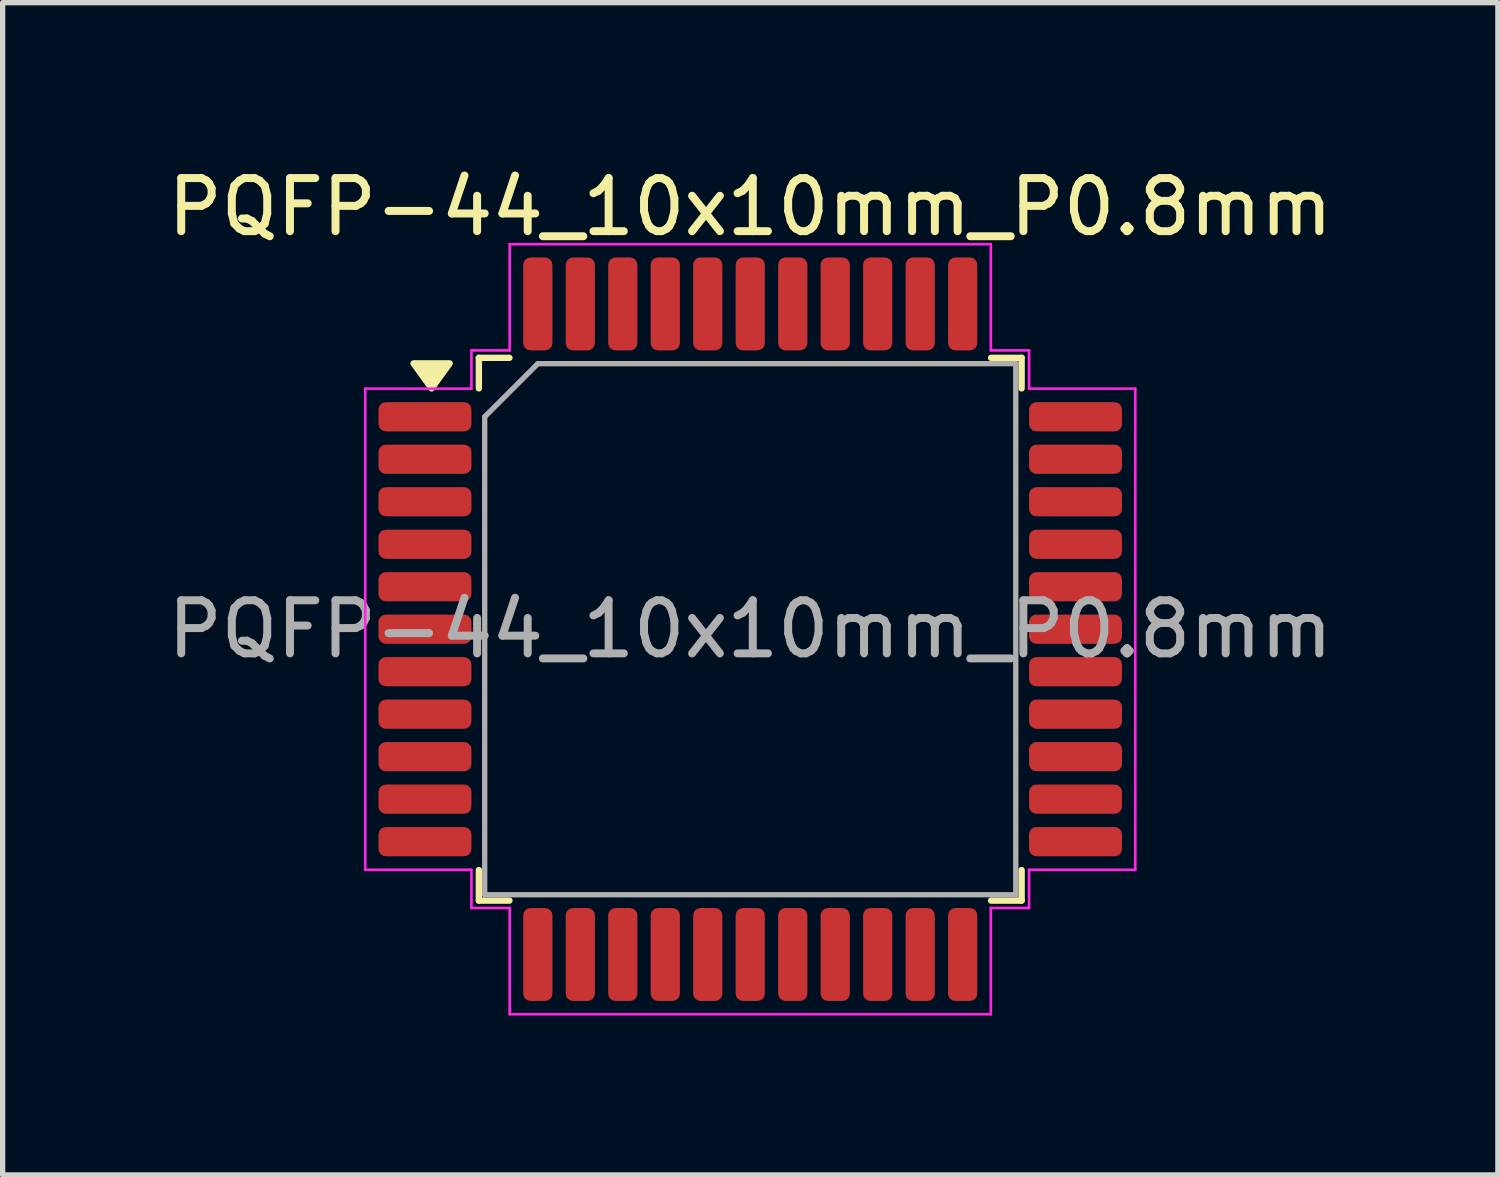
<source format=kicad_pcb>
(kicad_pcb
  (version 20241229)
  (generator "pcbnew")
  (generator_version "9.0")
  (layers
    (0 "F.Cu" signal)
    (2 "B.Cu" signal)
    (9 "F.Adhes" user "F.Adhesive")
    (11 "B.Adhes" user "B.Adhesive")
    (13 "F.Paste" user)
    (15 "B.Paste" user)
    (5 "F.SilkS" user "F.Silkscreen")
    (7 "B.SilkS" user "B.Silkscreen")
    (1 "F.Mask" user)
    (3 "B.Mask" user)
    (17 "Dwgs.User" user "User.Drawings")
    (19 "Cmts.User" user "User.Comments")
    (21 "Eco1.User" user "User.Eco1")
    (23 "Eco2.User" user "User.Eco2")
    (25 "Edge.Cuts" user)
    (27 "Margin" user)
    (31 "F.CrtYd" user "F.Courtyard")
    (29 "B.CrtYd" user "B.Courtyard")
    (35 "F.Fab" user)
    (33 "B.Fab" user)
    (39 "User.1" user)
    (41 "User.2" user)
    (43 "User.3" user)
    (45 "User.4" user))
  (footprint "PQFP-44_10x10mm_P0.8mm"
    (layer "F.Cu")
    (at 11.077 8.798)
    (property "Reference" "PQFP-44_10x10mm_P0.8mm" (at 0 -7.95 0) (layer "F.SilkS") (effects (font (size 1 1) (thickness 0.15))))
    (attr smd)
    (fp_line (start -5.11 -5.11) (end -5.11 -4.535) (stroke (width 0.12) (type solid)) (layer "F.SilkS"))
    (fp_line (start -5.11 5.11) (end -5.11 4.535) (stroke (width 0.12) (type solid)) (layer "F.SilkS"))
    (fp_line (start -4.535 -5.11) (end -5.11 -5.11) (stroke (width 0.12) (type solid)) (layer "F.SilkS"))
    (fp_line (start -4.535 5.11) (end -5.11 5.11) (stroke (width 0.12) (type solid)) (layer "F.SilkS"))
    (fp_line (start 4.535 -5.11) (end 5.11 -5.11) (stroke (width 0.12) (type solid)) (layer "F.SilkS"))
    (fp_line (start 4.535 5.11) (end 5.11 5.11) (stroke (width 0.12) (type solid)) (layer "F.SilkS"))
    (fp_line (start 5.11 -5.11) (end 5.11 -4.535) (stroke (width 0.12) (type solid)) (layer "F.SilkS"))
    (fp_line (start 5.11 5.11) (end 5.11 4.535) (stroke (width 0.12) (type solid)) (layer "F.SilkS"))
    (fp_poly (pts (xy -6 -4.535) (xy -6.34 -5.005) (xy -5.66 -5.005)) (stroke (width 0.12) (type solid)) (fill yes) (layer "F.SilkS"))
    (fp_line (start -7.25 -4.53) (end -5.25 -4.53) (stroke (width 0.05) (type solid)) (layer "F.CrtYd"))
    (fp_line (start -7.25 4.53) (end -7.25 -4.53) (stroke (width 0.05) (type solid)) (layer "F.CrtYd"))
    (fp_line (start -5.25 -5.25) (end -4.53 -5.25) (stroke (width 0.05) (type solid)) (layer "F.CrtYd"))
    (fp_line (start -5.25 -4.53) (end -5.25 -5.25) (stroke (width 0.05) (type solid)) (layer "F.CrtYd"))
    (fp_line (start -5.25 4.53) (end -7.25 4.53) (stroke (width 0.05) (type solid)) (layer "F.CrtYd"))
    (fp_line (start -5.25 5.25) (end -5.25 4.53) (stroke (width 0.05) (type solid)) (layer "F.CrtYd"))
    (fp_line (start -4.53 -7.25) (end 4.53 -7.25) (stroke (width 0.05) (type solid)) (layer "F.CrtYd"))
    (fp_line (start -4.53 -5.25) (end -4.53 -7.25) (stroke (width 0.05) (type solid)) (layer "F.CrtYd"))
    (fp_line (start -4.53 5.25) (end -5.25 5.25) (stroke (width 0.05) (type solid)) (layer "F.CrtYd"))
    (fp_line (start -4.53 7.25) (end -4.53 5.25) (stroke (width 0.05) (type solid)) (layer "F.CrtYd"))
    (fp_line (start 4.53 -7.25) (end 4.53 -5.25) (stroke (width 0.05) (type solid)) (layer "F.CrtYd"))
    (fp_line (start 4.53 -5.25) (end 5.25 -5.25) (stroke (width 0.05) (type solid)) (layer "F.CrtYd"))
    (fp_line (start 4.53 5.25) (end 4.53 7.25) (stroke (width 0.05) (type solid)) (layer "F.CrtYd"))
    (fp_line (start 4.53 7.25) (end -4.53 7.25) (stroke (width 0.05) (type solid)) (layer "F.CrtYd"))
    (fp_line (start 5.25 -5.25) (end 5.25 -4.53) (stroke (width 0.05) (type solid)) (layer "F.CrtYd"))
    (fp_line (start 5.25 -4.53) (end 7.25 -4.53) (stroke (width 0.05) (type solid)) (layer "F.CrtYd"))
    (fp_line (start 5.25 4.53) (end 5.25 5.25) (stroke (width 0.05) (type solid)) (layer "F.CrtYd"))
    (fp_line (start 5.25 5.25) (end 4.53 5.25) (stroke (width 0.05) (type solid)) (layer "F.CrtYd"))
    (fp_line (start 7.25 -4.53) (end 7.25 4.53) (stroke (width 0.05) (type solid)) (layer "F.CrtYd"))
    (fp_line (start 7.25 4.53) (end 5.25 4.53) (stroke (width 0.05) (type solid)) (layer "F.CrtYd"))
    (fp_line (start -5 -4) (end -4 -5) (stroke (width 0.1) (type solid)) (layer "F.Fab"))
    (fp_line (start -5 5) (end -5 -4) (stroke (width 0.1) (type solid)) (layer "F.Fab"))
    (fp_line (start -4 -5) (end 5 -5) (stroke (width 0.1) (type solid)) (layer "F.Fab"))
    (fp_line (start 5 -5) (end 5 5) (stroke (width 0.1) (type solid)) (layer "F.Fab"))
    (fp_line (start 5 5) (end -5 5) (stroke (width 0.1) (type solid)) (layer "F.Fab"))
    (fp_text user "${REFERENCE}" (at 0 0 0) (layer "F.Fab") (effects (font (size 1 1) (thickness 0.15))))
    (pad "1" smd roundrect (at -6.125 -4) (size 1.75 0.55) (layers "F.Cu" "F.Mask" "F.Paste") (roundrect_rratio 0.25))
    (pad "2" smd roundrect (at -6.125 -3.2) (size 1.75 0.55) (layers "F.Cu" "F.Mask" "F.Paste") (roundrect_rratio 0.25))
    (pad "3" smd roundrect (at -6.125 -2.4) (size 1.75 0.55) (layers "F.Cu" "F.Mask" "F.Paste") (roundrect_rratio 0.25))
    (pad "4" smd roundrect (at -6.125 -1.6) (size 1.75 0.55) (layers "F.Cu" "F.Mask" "F.Paste") (roundrect_rratio 0.25))
    (pad "5" smd roundrect (at -6.125 -0.8) (size 1.75 0.55) (layers "F.Cu" "F.Mask" "F.Paste") (roundrect_rratio 0.25))
    (pad "6" smd roundrect (at -6.125 0) (size 1.75 0.55) (layers "F.Cu" "F.Mask" "F.Paste") (roundrect_rratio 0.25))
    (pad "7" smd roundrect (at -6.125 0.8) (size 1.75 0.55) (layers "F.Cu" "F.Mask" "F.Paste") (roundrect_rratio 0.25))
    (pad "8" smd roundrect (at -6.125 1.6) (size 1.75 0.55) (layers "F.Cu" "F.Mask" "F.Paste") (roundrect_rratio 0.25))
    (pad "9" smd roundrect (at -6.125 2.4) (size 1.75 0.55) (layers "F.Cu" "F.Mask" "F.Paste") (roundrect_rratio 0.25))
    (pad "10" smd roundrect (at -6.125 3.2) (size 1.75 0.55) (layers "F.Cu" "F.Mask" "F.Paste") (roundrect_rratio 0.25))
    (pad "11" smd roundrect (at -6.125 4) (size 1.75 0.55) (layers "F.Cu" "F.Mask" "F.Paste") (roundrect_rratio 0.25))
    (pad "12" smd roundrect (at -4 6.125) (size 0.55 1.75) (layers "F.Cu" "F.Mask" "F.Paste") (roundrect_rratio 0.25))
    (pad "13" smd roundrect (at -3.2 6.125) (size 0.55 1.75) (layers "F.Cu" "F.Mask" "F.Paste") (roundrect_rratio 0.25))
    (pad "14" smd roundrect (at -2.4 6.125) (size 0.55 1.75) (layers "F.Cu" "F.Mask" "F.Paste") (roundrect_rratio 0.25))
    (pad "15" smd roundrect (at -1.6 6.125) (size 0.55 1.75) (layers "F.Cu" "F.Mask" "F.Paste") (roundrect_rratio 0.25))
    (pad "16" smd roundrect (at -0.8 6.125) (size 0.55 1.75) (layers "F.Cu" "F.Mask" "F.Paste") (roundrect_rratio 0.25))
    (pad "17" smd roundrect (at 0 6.125) (size 0.55 1.75) (layers "F.Cu" "F.Mask" "F.Paste") (roundrect_rratio 0.25))
    (pad "18" smd roundrect (at 0.8 6.125) (size 0.55 1.75) (layers "F.Cu" "F.Mask" "F.Paste") (roundrect_rratio 0.25))
    (pad "19" smd roundrect (at 1.6 6.125) (size 0.55 1.75) (layers "F.Cu" "F.Mask" "F.Paste") (roundrect_rratio 0.25))
    (pad "20" smd roundrect (at 2.4 6.125) (size 0.55 1.75) (layers "F.Cu" "F.Mask" "F.Paste") (roundrect_rratio 0.25))
    (pad "21" smd roundrect (at 3.2 6.125) (size 0.55 1.75) (layers "F.Cu" "F.Mask" "F.Paste") (roundrect_rratio 0.25))
    (pad "22" smd roundrect (at 4 6.125) (size 0.55 1.75) (layers "F.Cu" "F.Mask" "F.Paste") (roundrect_rratio 0.25))
    (pad "23" smd roundrect (at 6.125 4) (size 1.75 0.55) (layers "F.Cu" "F.Mask" "F.Paste") (roundrect_rratio 0.25))
    (pad "24" smd roundrect (at 6.125 3.2) (size 1.75 0.55) (layers "F.Cu" "F.Mask" "F.Paste") (roundrect_rratio 0.25))
    (pad "25" smd roundrect (at 6.125 2.4) (size 1.75 0.55) (layers "F.Cu" "F.Mask" "F.Paste") (roundrect_rratio 0.25))
    (pad "26" smd roundrect (at 6.125 1.6) (size 1.75 0.55) (layers "F.Cu" "F.Mask" "F.Paste") (roundrect_rratio 0.25))
    (pad "27" smd roundrect (at 6.125 0.8) (size 1.75 0.55) (layers "F.Cu" "F.Mask" "F.Paste") (roundrect_rratio 0.25))
    (pad "28" smd roundrect (at 6.125 0) (size 1.75 0.55) (layers "F.Cu" "F.Mask" "F.Paste") (roundrect_rratio 0.25))
    (pad "29" smd roundrect (at 6.125 -0.8) (size 1.75 0.55) (layers "F.Cu" "F.Mask" "F.Paste") (roundrect_rratio 0.25))
    (pad "30" smd roundrect (at 6.125 -1.6) (size 1.75 0.55) (layers "F.Cu" "F.Mask" "F.Paste") (roundrect_rratio 0.25))
    (pad "31" smd roundrect (at 6.125 -2.4) (size 1.75 0.55) (layers "F.Cu" "F.Mask" "F.Paste") (roundrect_rratio 0.25))
    (pad "32" smd roundrect (at 6.125 -3.2) (size 1.75 0.55) (layers "F.Cu" "F.Mask" "F.Paste") (roundrect_rratio 0.25))
    (pad "33" smd roundrect (at 6.125 -4) (size 1.75 0.55) (layers "F.Cu" "F.Mask" "F.Paste") (roundrect_rratio 0.25))
    (pad "34" smd roundrect (at 4 -6.125) (size 0.55 1.75) (layers "F.Cu" "F.Mask" "F.Paste") (roundrect_rratio 0.25))
    (pad "35" smd roundrect (at 3.2 -6.125) (size 0.55 1.75) (layers "F.Cu" "F.Mask" "F.Paste") (roundrect_rratio 0.25))
    (pad "36" smd roundrect (at 2.4 -6.125) (size 0.55 1.75) (layers "F.Cu" "F.Mask" "F.Paste") (roundrect_rratio 0.25))
    (pad "37" smd roundrect (at 1.6 -6.125) (size 0.55 1.75) (layers "F.Cu" "F.Mask" "F.Paste") (roundrect_rratio 0.25))
    (pad "38" smd roundrect (at 0.8 -6.125) (size 0.55 1.75) (layers "F.Cu" "F.Mask" "F.Paste") (roundrect_rratio 0.25))
    (pad "39" smd roundrect (at 0 -6.125) (size 0.55 1.75) (layers "F.Cu" "F.Mask" "F.Paste") (roundrect_rratio 0.25))
    (pad "40" smd roundrect (at -0.8 -6.125) (size 0.55 1.75) (layers "F.Cu" "F.Mask" "F.Paste") (roundrect_rratio 0.25))
    (pad "41" smd roundrect (at -1.6 -6.125) (size 0.55 1.75) (layers "F.Cu" "F.Mask" "F.Paste") (roundrect_rratio 0.25))
    (pad "42" smd roundrect (at -2.4 -6.125) (size 0.55 1.75) (layers "F.Cu" "F.Mask" "F.Paste") (roundrect_rratio 0.25))
    (pad "43" smd roundrect (at -3.2 -6.125) (size 0.55 1.75) (layers "F.Cu" "F.Mask" "F.Paste") (roundrect_rratio 0.25))
    (pad "44" smd roundrect (at -4 -6.125) (size 0.55 1.75) (layers "F.Cu" "F.Mask" "F.Paste") (roundrect_rratio 0.25)))
  (gr_rect
    (start -3 -3)
    (end 25.155 19.073)
    (stroke (width 0.1) (type default))
    (fill no)
    (layer "Edge.Cuts")))
</source>
